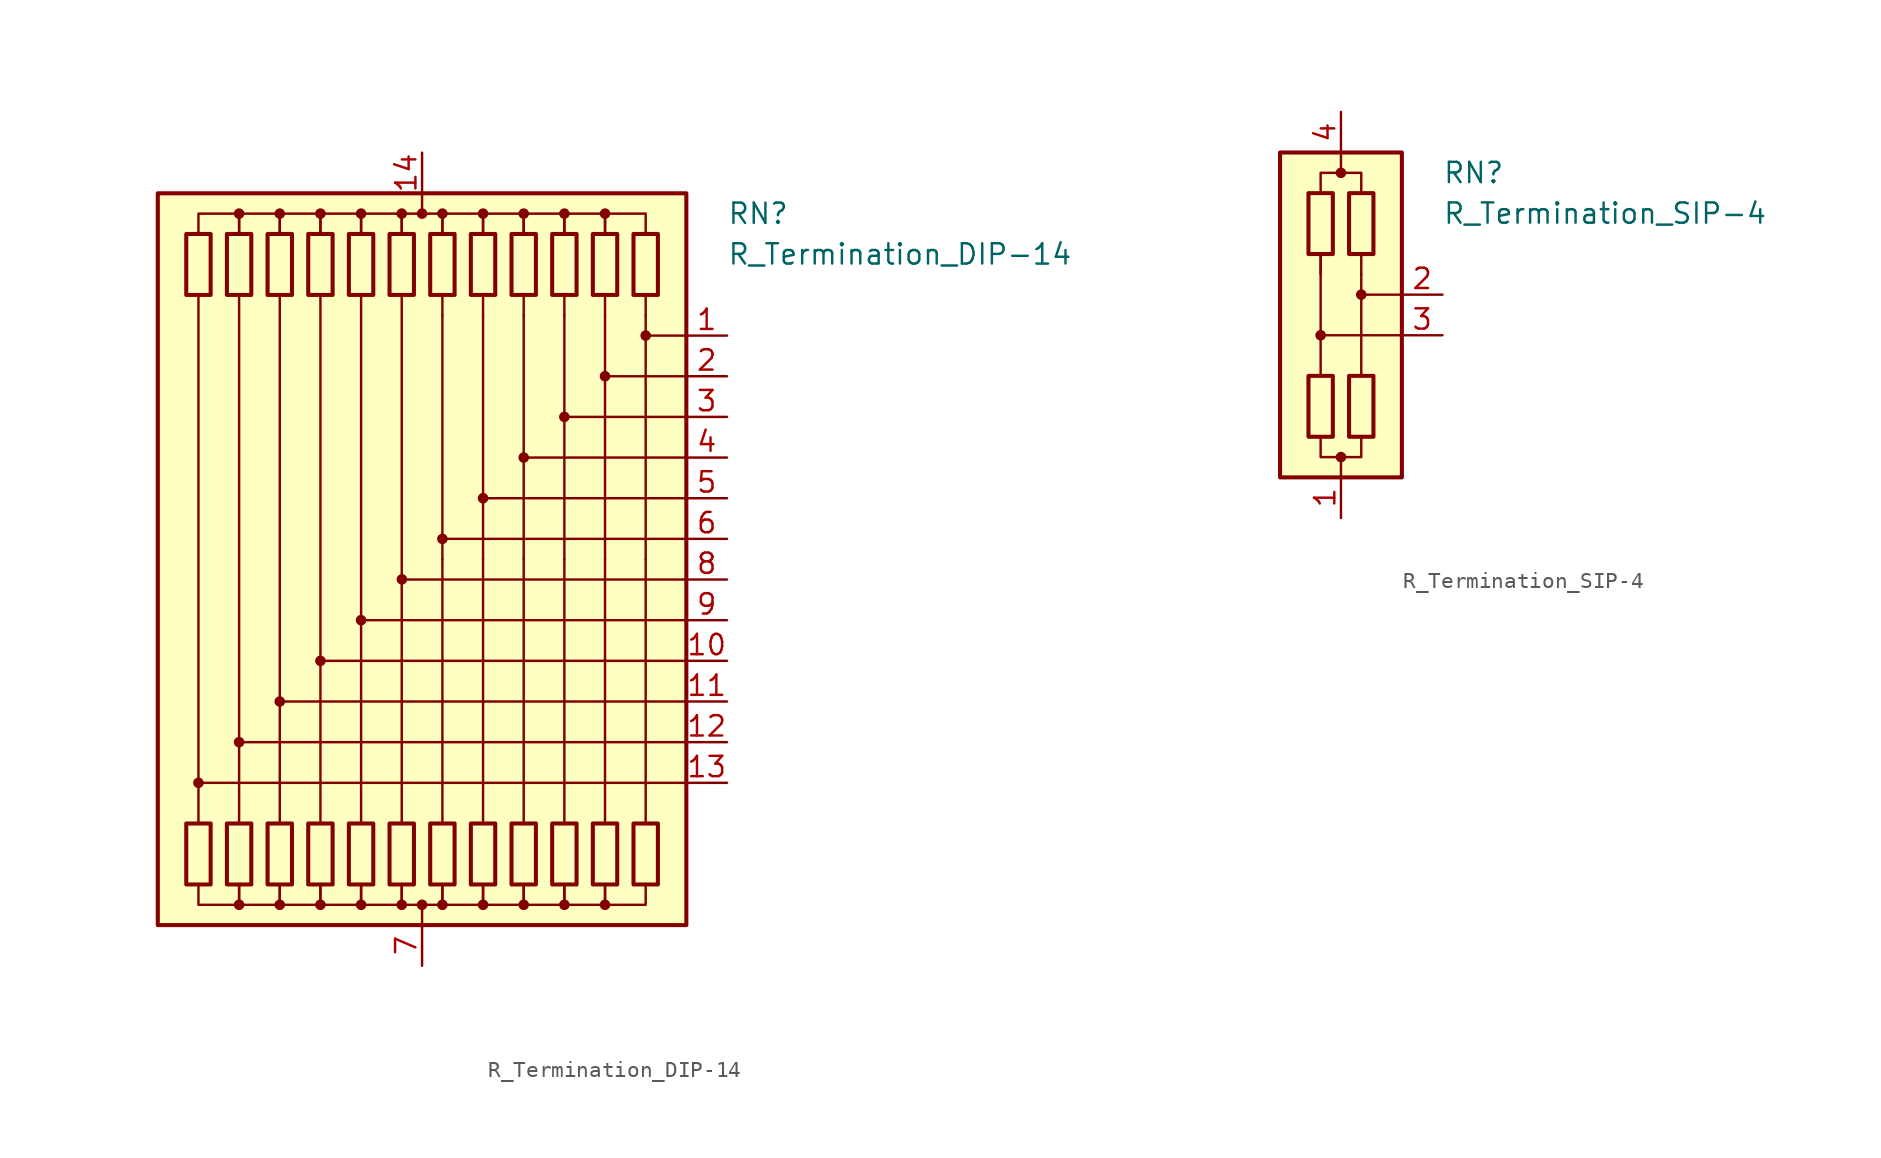
<source format=kicad_sym>
(kicad_symbol_lib
  (version 20211014)
  (generator kicad_symbol_editor)
  (symbol "R_Termination_DIP-14"
    (pin_names
      (offset 0.002) hide)
    (property "Reference" "RN"
      (at 19.05 21.59 0)
      (effects (font (size 1.27 1.27)) (justify left)))
    (property "Value" "R_Termination_DIP-14"
      (at 19.05 19.05 0)
      (effects (font (size 1.27 1.27)) (justify left)))
    (symbol "R_Termination_DIP-14_0_1"
      (rectangle (start -16.51 22.86) (end 16.51 -22.86) (stroke (width 0.254) (type default) (color 0 0 0 0)) (fill (type background)))
      (rectangle (start -14.732 20.32) (end -13.208 16.51) (stroke (width 0.254) (type default) (color 0 0 0 0)) (fill (type none)))
      (circle (center -13.97 -13.97) (radius 0.254) (stroke (width 0) (type default) (color 0 0 0 0)) (fill (type outline)))
      (rectangle (start -13.208 -20.32) (end -14.732 -16.51) (stroke (width 0.254) (type default) (color 0 0 0 0)) (fill (type none)))
      (rectangle (start -12.192 20.32) (end -10.668 16.51) (stroke (width 0.254) (type default) (color 0 0 0 0)) (fill (type none)))
      (circle (center -11.43 -21.59) (radius 0.254) (stroke (width 0) (type default) (color 0 0 0 0)) (fill (type outline)))
      (circle (center -11.43 -11.43) (radius 0.254) (stroke (width 0) (type default) (color 0 0 0 0)) (fill (type outline)))
      (circle (center -11.43 21.59) (radius 0.254) (stroke (width 0) (type default) (color 0 0 0 0)) (fill (type outline)))
      (rectangle (start -10.668 -20.32) (end -12.192 -16.51) (stroke (width 0.254) (type default) (color 0 0 0 0)) (fill (type none)))
      (rectangle (start -9.652 20.32) (end -8.128 16.51) (stroke (width 0.254) (type default) (color 0 0 0 0)) (fill (type none)))
      (circle (center -8.89 -21.59) (radius 0.254) (stroke (width 0) (type default) (color 0 0 0 0)) (fill (type outline)))
      (circle (center -8.89 -8.89) (radius 0.254) (stroke (width 0) (type default) (color 0 0 0 0)) (fill (type outline)))
      (circle (center -8.89 21.59) (radius 0.254) (stroke (width 0) (type default) (color 0 0 0 0)) (fill (type outline)))
      (rectangle (start -8.128 -20.32) (end -9.652 -16.51) (stroke (width 0.254) (type default) (color 0 0 0 0)) (fill (type none)))
      (rectangle (start -7.112 20.32) (end -5.588 16.51) (stroke (width 0.254) (type default) (color 0 0 0 0)) (fill (type none)))
      (circle (center -6.35 -21.59) (radius 0.254) (stroke (width 0) (type default) (color 0 0 0 0)) (fill (type outline)))
      (circle (center -6.35 -6.35) (radius 0.254) (stroke (width 0) (type default) (color 0 0 0 0)) (fill (type outline)))
      (circle (center -6.35 21.59) (radius 0.254) (stroke (width 0) (type default) (color 0 0 0 0)) (fill (type outline)))
      (rectangle (start -5.588 -20.32) (end -7.112 -16.51) (stroke (width 0.254) (type default) (color 0 0 0 0)) (fill (type none)))
      (rectangle (start -4.572 20.32) (end -3.048 16.51) (stroke (width 0.254) (type default) (color 0 0 0 0)) (fill (type none)))
      (circle (center -3.81 -21.59) (radius 0.254) (stroke (width 0) (type default) (color 0 0 0 0)) (fill (type outline)))
      (circle (center -3.81 -3.81) (radius 0.254) (stroke (width 0) (type default) (color 0 0 0 0)) (fill (type outline)))
      (circle (center -3.81 21.59) (radius 0.254) (stroke (width 0) (type default) (color 0 0 0 0)) (fill (type outline)))
      (rectangle (start -3.048 -20.32) (end -4.572 -16.51) (stroke (width 0.254) (type default) (color 0 0 0 0)) (fill (type none)))
      (rectangle (start -2.032 20.32) (end -0.508 16.51) (stroke (width 0.254) (type default) (color 0 0 0 0)) (fill (type none)))
      (circle (center -1.27 -21.59) (radius 0.254) (stroke (width 0) (type default) (color 0 0 0 0)) (fill (type outline)))
      (circle (center -1.27 21.59) (radius 0.254) (stroke (width 0) (type default) (color 0 0 0 0)) (fill (type outline)))
      (circle (center -1.258 -1.259) (radius 0.254) (stroke (width 0) (type default) (color 0 0 0 0)) (fill (type outline)))
      (rectangle (start -0.508 -20.32) (end -2.032 -16.51) (stroke (width 0.254) (type default) (color 0 0 0 0)) (fill (type none)))
      (circle (center 0 -21.59) (radius 0.254) (stroke (width 0) (type default) (color 0 0 0 0)) (fill (type outline)))
      (polyline (pts (xy -13.97 16.51) (xy -13.97 -16.51)) (stroke (width 0) (type default) (color 0 0 0 0)) (fill (type none)))
      (polyline (pts (xy -11.43 16.51) (xy -11.43 -16.51)) (stroke (width 0) (type default) (color 0 0 0 0)) (fill (type none)))
      (polyline (pts (xy -8.89 16.51) (xy -8.89 -16.51)) (stroke (width 0) (type default) (color 0 0 0 0)) (fill (type none)))
      (polyline (pts (xy -6.35 16.51) (xy -6.35 -16.51)) (stroke (width 0) (type default) (color 0 0 0 0)) (fill (type none)))
      (polyline (pts (xy -3.81 16.51) (xy -3.81 -16.51)) (stroke (width 0) (type default) (color 0 0 0 0)) (fill (type none)))
      (polyline (pts (xy -1.27 16.51) (xy -1.27 -16.51)) (stroke (width 0) (type default) (color 0 0 0 0)) (fill (type none)))
      (polyline (pts (xy 0 -22.86) (xy 0 -21.59)) (stroke (width 0) (type default) (color 0 0 0 0)) (fill (type none)))
      (polyline (pts (xy 0 22.86) (xy 0 21.59)) (stroke (width 0) (type default) (color 0 0 0 0)) (fill (type none)))
      (polyline (pts (xy 1.27 -16.51) (xy 1.27 0)) (stroke (width 0) (type default) (color 0 0 0 0)) (fill (type none)))
      (polyline (pts (xy 1.27 15.24) (xy 1.27 0)) (stroke (width 0.152) (type default) (color 0 0 0 0)) (fill (type none)))
      (polyline (pts (xy 1.27 16.51) (xy 1.27 15.24)) (stroke (width 0) (type default) (color 0 0 0 0)) (fill (type none)))
      (polyline (pts (xy 3.81 -16.51) (xy 3.81 0)) (stroke (width 0) (type default) (color 0 0 0 0)) (fill (type none)))
      (polyline (pts (xy 3.81 15.24) (xy 3.81 0)) (stroke (width 0.152) (type default) (color 0 0 0 0)) (fill (type none)))
      (polyline (pts (xy 3.81 16.51) (xy 3.81 15.24)) (stroke (width 0) (type default) (color 0 0 0 0)) (fill (type none)))
      (polyline (pts (xy 6.35 -16.51) (xy 6.35 0)) (stroke (width 0) (type default) (color 0 0 0 0)) (fill (type none)))
      (polyline (pts (xy 6.35 15.24) (xy 6.35 0)) (stroke (width 0.152) (type default) (color 0 0 0 0)) (fill (type none)))
      (polyline (pts (xy 6.35 16.51) (xy 6.35 15.24)) (stroke (width 0) (type default) (color 0 0 0 0)) (fill (type none)))
      (polyline (pts (xy 8.89 -16.51) (xy 8.89 0)) (stroke (width 0) (type default) (color 0 0 0 0)) (fill (type none)))
      (polyline (pts (xy 8.89 15.24) (xy 8.89 0)) (stroke (width 0.152) (type default) (color 0 0 0 0)) (fill (type none)))
      (polyline (pts (xy 8.89 16.51) (xy 8.89 15.24)) (stroke (width 0) (type default) (color 0 0 0 0)) (fill (type none)))
      (polyline (pts (xy 11.43 -16.51) (xy 11.43 0)) (stroke (width 0) (type default) (color 0 0 0 0)) (fill (type none)))
      (polyline (pts (xy 11.43 15.24) (xy 11.43 0)) (stroke (width 0.152) (type default) (color 0 0 0 0)) (fill (type none)))
      (polyline (pts (xy 11.43 16.51) (xy 11.43 15.24)) (stroke (width 0) (type default) (color 0 0 0 0)) (fill (type none)))
      (polyline (pts (xy 13.97 -16.51) (xy 13.97 0)) (stroke (width 0) (type default) (color 0 0 0 0)) (fill (type none)))
      (polyline (pts (xy 13.97 15.24) (xy 13.97 0)) (stroke (width 0.152) (type default) (color 0 0 0 0)) (fill (type none)))
      (polyline (pts (xy 13.97 16.51) (xy 13.97 15.24)) (stroke (width 0) (type default) (color 0 0 0 0)) (fill (type none)))
      (polyline (pts (xy 16.51 -13.97) (xy -13.97 -13.97)) (stroke (width 0.152) (type default) (color 0 0 0 0)) (fill (type none)))
      (polyline (pts (xy 16.51 -11.43) (xy -11.43 -11.43)) (stroke (width 0.152) (type default) (color 0 0 0 0)) (fill (type none)))
      (polyline (pts (xy 16.51 -8.89) (xy -8.89 -8.89)) (stroke (width 0.152) (type default) (color 0 0 0 0)) (fill (type none)))
      (polyline (pts (xy 16.51 -6.35) (xy -6.35 -6.35)) (stroke (width 0.152) (type default) (color 0 0 0 0)) (fill (type none)))
      (polyline (pts (xy 16.51 -3.81) (xy -3.81 -3.81)) (stroke (width 0.152) (type default) (color 0 0 0 0)) (fill (type none)))
      (polyline (pts (xy 16.51 -1.27) (xy -1.27 -1.27)) (stroke (width 0.152) (type default) (color 0 0 0 0)) (fill (type none)))
      (polyline (pts (xy 16.51 1.27) (xy 1.27 1.27)) (stroke (width 0.152) (type default) (color 0 0 0 0)) (fill (type none)))
      (polyline (pts (xy 16.51 3.81) (xy 3.81 3.81)) (stroke (width 0.152) (type default) (color 0 0 0 0)) (fill (type none)))
      (polyline (pts (xy 16.51 6.35) (xy 6.35 6.35)) (stroke (width 0.152) (type default) (color 0 0 0 0)) (fill (type none)))
      (polyline (pts (xy 16.51 8.89) (xy 8.89 8.89)) (stroke (width 0.152) (type default) (color 0 0 0 0)) (fill (type none)))
      (polyline (pts (xy 16.51 11.43) (xy 11.43 11.43)) (stroke (width 0.152) (type default) (color 0 0 0 0)) (fill (type none)))
      (polyline (pts (xy 16.51 13.97) (xy 13.97 13.97)) (stroke (width 0.152) (type default) (color 0 0 0 0)) (fill (type none)))
      (polyline (pts (xy -13.97 20.32) (xy -13.97 21.59) (xy -11.43 21.59) (xy -11.43 20.32)) (stroke (width 0) (type default) (color 0 0 0 0)) (fill (type none)))
      (polyline (pts (xy -11.43 -20.32) (xy -11.43 -21.59) (xy -13.97 -21.59) (xy -13.97 -20.32)) (stroke (width 0) (type default) (color 0 0 0 0)) (fill (type none)))
      (polyline (pts (xy -11.43 20.32) (xy -11.43 21.59) (xy -8.89 21.59) (xy -8.89 20.32)) (stroke (width 0) (type default) (color 0 0 0 0)) (fill (type none)))
      (polyline (pts (xy -8.89 -20.32) (xy -8.89 -21.59) (xy -11.43 -21.59) (xy -11.43 -20.32)) (stroke (width 0) (type default) (color 0 0 0 0)) (fill (type none)))
      (polyline (pts (xy -8.89 20.32) (xy -8.89 21.59) (xy -6.35 21.59) (xy -6.35 20.32)) (stroke (width 0) (type default) (color 0 0 0 0)) (fill (type none)))
      (polyline (pts (xy -6.35 -20.32) (xy -6.35 -21.59) (xy -8.89 -21.59) (xy -8.89 -20.32)) (stroke (width 0) (type default) (color 0 0 0 0)) (fill (type none)))
      (polyline (pts (xy -6.35 20.32) (xy -6.35 21.59) (xy -3.81 21.59) (xy -3.81 20.32)) (stroke (width 0) (type default) (color 0 0 0 0)) (fill (type none)))
      (polyline (pts (xy -3.81 -20.32) (xy -3.81 -21.59) (xy -6.35 -21.59) (xy -6.35 -20.32)) (stroke (width 0) (type default) (color 0 0 0 0)) (fill (type none)))
      (polyline (pts (xy -3.81 20.32) (xy -3.81 21.59) (xy -1.27 21.59) (xy -1.27 20.32)) (stroke (width 0) (type default) (color 0 0 0 0)) (fill (type none)))
      (polyline (pts (xy -1.27 -20.32) (xy -1.27 -21.59) (xy -3.81 -21.59) (xy -3.81 -20.32)) (stroke (width 0) (type default) (color 0 0 0 0)) (fill (type none)))
      (polyline (pts (xy -1.27 20.32) (xy -1.27 21.59) (xy 1.27 21.59) (xy 1.27 20.32)) (stroke (width 0) (type default) (color 0 0 0 0)) (fill (type none)))
      (polyline (pts (xy 1.27 -20.32) (xy 1.27 -21.59) (xy -1.27 -21.59) (xy -1.27 -20.32)) (stroke (width 0) (type default) (color 0 0 0 0)) (fill (type none)))
      (polyline (pts (xy 1.27 20.32) (xy 1.27 21.59) (xy 3.81 21.59) (xy 3.81 20.32)) (stroke (width 0) (type default) (color 0 0 0 0)) (fill (type none)))
      (polyline (pts (xy 3.81 -20.32) (xy 3.81 -21.59) (xy 1.27 -21.59) (xy 1.27 -20.32)) (stroke (width 0) (type default) (color 0 0 0 0)) (fill (type none)))
      (polyline (pts (xy 3.81 20.32) (xy 3.81 21.59) (xy 6.35 21.59) (xy 6.35 20.32)) (stroke (width 0) (type default) (color 0 0 0 0)) (fill (type none)))
      (polyline (pts (xy 6.35 -20.32) (xy 6.35 -21.59) (xy 3.81 -21.59) (xy 3.81 -20.32)) (stroke (width 0) (type default) (color 0 0 0 0)) (fill (type none)))
      (polyline (pts (xy 6.35 20.32) (xy 6.35 21.59) (xy 8.89 21.59) (xy 8.89 20.32)) (stroke (width 0) (type default) (color 0 0 0 0)) (fill (type none)))
      (polyline (pts (xy 8.89 -20.32) (xy 8.89 -21.59) (xy 6.35 -21.59) (xy 6.35 -20.32)) (stroke (width 0) (type default) (color 0 0 0 0)) (fill (type none)))
      (polyline (pts (xy 8.89 20.32) (xy 8.89 21.59) (xy 11.43 21.59) (xy 11.43 20.32)) (stroke (width 0) (type default) (color 0 0 0 0)) (fill (type none)))
      (polyline (pts (xy 11.43 -20.32) (xy 11.43 -21.59) (xy 8.89 -21.59) (xy 8.89 -20.32)) (stroke (width 0) (type default) (color 0 0 0 0)) (fill (type none)))
      (polyline (pts (xy 11.43 20.32) (xy 11.43 21.59) (xy 13.97 21.59) (xy 13.97 20.32)) (stroke (width 0) (type default) (color 0 0 0 0)) (fill (type none)))
      (polyline (pts (xy 13.97 -20.32) (xy 13.97 -21.59) (xy 11.43 -21.59) (xy 11.43 -20.32)) (stroke (width 0) (type default) (color 0 0 0 0)) (fill (type none)))
      (circle (center 0 21.59) (radius 0.254) (stroke (width 0) (type default) (color 0 0 0 0)) (fill (type outline)))
      (rectangle (start 0.508 20.32) (end 2.032 16.51) (stroke (width 0.254) (type default) (color 0 0 0 0)) (fill (type none)))
      (circle (center 1.27 -21.59) (radius 0.254) (stroke (width 0) (type default) (color 0 0 0 0)) (fill (type outline)))
      (circle (center 1.27 1.27) (radius 0.254) (stroke (width 0) (type default) (color 0 0 0 0)) (fill (type outline)))
      (circle (center 1.27 21.59) (radius 0.254) (stroke (width 0) (type default) (color 0 0 0 0)) (fill (type outline)))
      (rectangle (start 2.032 -20.32) (end 0.508 -16.51) (stroke (width 0.254) (type default) (color 0 0 0 0)) (fill (type none)))
      (rectangle (start 3.048 20.32) (end 4.572 16.51) (stroke (width 0.254) (type default) (color 0 0 0 0)) (fill (type none)))
      (circle (center 3.81 -21.59) (radius 0.254) (stroke (width 0) (type default) (color 0 0 0 0)) (fill (type outline)))
      (circle (center 3.81 3.81) (radius 0.254) (stroke (width 0) (type default) (color 0 0 0 0)) (fill (type outline)))
      (circle (center 3.81 21.59) (radius 0.254) (stroke (width 0) (type default) (color 0 0 0 0)) (fill (type outline)))
      (rectangle (start 4.572 -20.32) (end 3.048 -16.51) (stroke (width 0.254) (type default) (color 0 0 0 0)) (fill (type none)))
      (rectangle (start 5.588 20.32) (end 7.112 16.51) (stroke (width 0.254) (type default) (color 0 0 0 0)) (fill (type none)))
      (circle (center 6.35 -21.59) (radius 0.254) (stroke (width 0) (type default) (color 0 0 0 0)) (fill (type outline)))
      (circle (center 6.35 6.35) (radius 0.254) (stroke (width 0) (type default) (color 0 0 0 0)) (fill (type outline)))
      (circle (center 6.35 21.59) (radius 0.254) (stroke (width 0) (type default) (color 0 0 0 0)) (fill (type outline)))
      (rectangle (start 7.112 -20.32) (end 5.588 -16.51) (stroke (width 0.254) (type default) (color 0 0 0 0)) (fill (type none)))
      (rectangle (start 8.128 20.32) (end 9.652 16.51) (stroke (width 0.254) (type default) (color 0 0 0 0)) (fill (type none)))
      (circle (center 8.89 -21.59) (radius 0.254) (stroke (width 0) (type default) (color 0 0 0 0)) (fill (type outline)))
      (circle (center 8.89 8.89) (radius 0.254) (stroke (width 0) (type default) (color 0 0 0 0)) (fill (type outline)))
      (circle (center 8.89 21.59) (radius 0.254) (stroke (width 0) (type default) (color 0 0 0 0)) (fill (type outline)))
      (rectangle (start 9.652 -20.32) (end 8.128 -16.51) (stroke (width 0.254) (type default) (color 0 0 0 0)) (fill (type none)))
      (rectangle (start 10.668 20.32) (end 12.192 16.51) (stroke (width 0.254) (type default) (color 0 0 0 0)) (fill (type none)))
      (circle (center 11.43 -21.59) (radius 0.254) (stroke (width 0) (type default) (color 0 0 0 0)) (fill (type outline)))
      (circle (center 11.43 11.43) (radius 0.254) (stroke (width 0) (type default) (color 0 0 0 0)) (fill (type outline)))
      (circle (center 11.43 21.59) (radius 0.254) (stroke (width 0) (type default) (color 0 0 0 0)) (fill (type outline)))
      (rectangle (start 12.192 -20.32) (end 10.668 -16.51) (stroke (width 0.254) (type default) (color 0 0 0 0)) (fill (type none)))
      (rectangle (start 13.208 20.32) (end 14.732 16.51) (stroke (width 0.254) (type default) (color 0 0 0 0)) (fill (type none)))
      (circle (center 13.97 13.97) (radius 0.254) (stroke (width 0) (type default) (color 0 0 0 0)) (fill (type outline)))
      (rectangle (start 14.732 -20.32) (end 13.208 -16.51) (stroke (width 0.254) (type default) (color 0 0 0 0)) (fill (type none))))
    (symbol "R_Termination_DIP-14_1_1"
      (pin passive line (at 19.05 13.97 180) (length 2.54) (name "R1" (effects (font (size 1.27 1.27)))) (number "1" (effects (font (size 1.27 1.27)))))
      (pin passive line (at 19.05 -6.35 180) (length 2.54) (name "R10" (effects (font (size 1.27 1.27)))) (number "10" (effects (font (size 1.27 1.27)))))
      (pin passive line (at 19.05 -8.89 180) (length 2.54) (name "R11" (effects (font (size 1.27 1.27)))) (number "11" (effects (font (size 1.27 1.27)))))
      (pin passive line (at 19.05 -11.43 180) (length 2.54) (name "R12" (effects (font (size 1.27 1.27)))) (number "12" (effects (font (size 1.27 1.27)))))
      (pin passive line (at 19.05 -13.97 180) (length 2.54) (name "R13" (effects (font (size 1.27 1.27)))) (number "13" (effects (font (size 1.27 1.27)))))
      (pin passive line (at 0 25.4 270) (length 2.54) (name "common" (effects (font (size 1.27 1.27)))) (number "14" (effects (font (size 1.27 1.27)))))
      (pin passive line (at 19.05 11.43 180) (length 2.54) (name "R2" (effects (font (size 1.27 1.27)))) (number "2" (effects (font (size 1.27 1.27)))))
      (pin passive line (at 19.05 8.89 180) (length 2.54) (name "R3" (effects (font (size 1.27 1.27)))) (number "3" (effects (font (size 1.27 1.27)))))
      (pin passive line (at 19.05 6.35 180) (length 2.54) (name "R4" (effects (font (size 1.27 1.27)))) (number "4" (effects (font (size 1.27 1.27)))))
      (pin passive line (at 19.05 3.81 180) (length 2.54) (name "R5" (effects (font (size 1.27 1.27)))) (number "5" (effects (font (size 1.27 1.27)))))
      (pin passive line (at 19.05 1.27 180) (length 2.54) (name "R6" (effects (font (size 1.27 1.27)))) (number "6" (effects (font (size 1.27 1.27)))))
      (pin passive line (at 0 -25.4 90) (length 2.54) (name "common" (effects (font (size 1.27 1.27)))) (number "7" (effects (font (size 1.27 1.27)))))
      (pin passive line (at 19.05 -1.27 180) (length 2.54) (name "R8" (effects (font (size 1.27 1.27)))) (number "8" (effects (font (size 1.27 1.27)))))
      (pin passive line (at 19.05 -3.81 180) (length 2.54) (name "R9" (effects (font (size 1.27 1.27)))) (number "9" (effects (font (size 1.27 1.27)))))))
  (symbol "R_Termination_SIP-4"
    (pin_names
      (offset 0.002) hide)
    (property "Reference" "RN"
      (at 6.35 8.89 0)
      (effects (font (size 1.27 1.27)) (justify left)))
    (property "Value" "R_Termination_SIP-4"
      (at 6.35 6.35 0)
      (effects (font (size 1.27 1.27)) (justify left)))
    (symbol "R_Termination_SIP-4_0_1"
      (rectangle (start -3.81 10.16) (end 3.81 -10.16) (stroke (width 0.254) (type default) (color 0 0 0 0)) (fill (type background)))
      (rectangle (start -2.032 7.62) (end -0.508 3.81) (stroke (width 0.254) (type default) (color 0 0 0 0)) (fill (type none)))
      (circle (center -1.27 -1.27) (radius 0.254) (stroke (width 0) (type default) (color 0 0 0 0)) (fill (type outline)))
      (rectangle (start -0.508 -7.62) (end -2.032 -3.81) (stroke (width 0.254) (type default) (color 0 0 0 0)) (fill (type none)))
      (circle (center 0 -8.89) (radius 0.254) (stroke (width 0) (type default) (color 0 0 0 0)) (fill (type outline)))
      (polyline (pts (xy -1.27 3.81) (xy -1.27 -3.81)) (stroke (width 0.152) (type default) (color 0 0 0 0)) (fill (type none)))
      (polyline (pts (xy -1.27 3.81) (xy -1.27 2.54)) (stroke (width 0) (type default) (color 0 0 0 0)) (fill (type none)))
      (polyline (pts (xy 0 -10.16) (xy 0 -8.89)) (stroke (width 0) (type default) (color 0 0 0 0)) (fill (type none)))
      (polyline (pts (xy 0 10.16) (xy 0 8.89)) (stroke (width 0) (type default) (color 0 0 0 0)) (fill (type none)))
      (polyline (pts (xy 1.27 2.54) (xy 1.27 -3.81)) (stroke (width 0.152) (type default) (color 0 0 0 0)) (fill (type none)))
      (polyline (pts (xy 1.27 3.81) (xy 1.27 2.54)) (stroke (width 0) (type default) (color 0 0 0 0)) (fill (type none)))
      (polyline (pts (xy 3.81 -1.27) (xy -1.27 -1.27)) (stroke (width 0.152) (type default) (color 0 0 0 0)) (fill (type none)))
      (polyline (pts (xy 3.81 1.27) (xy 1.27 1.27)) (stroke (width 0.152) (type default) (color 0 0 0 0)) (fill (type none)))
      (polyline (pts (xy -1.27 7.62) (xy -1.27 8.89) (xy 1.27 8.89) (xy 1.27 7.62)) (stroke (width 0) (type default) (color 0 0 0 0)) (fill (type none)))
      (polyline (pts (xy 1.27 -7.62) (xy 1.27 -8.89) (xy -1.27 -8.89) (xy -1.27 -7.62)) (stroke (width 0) (type default) (color 0 0 0 0)) (fill (type none)))
      (circle (center 0 8.89) (radius 0.254) (stroke (width 0) (type default) (color 0 0 0 0)) (fill (type outline)))
      (rectangle (start 0.508 7.62) (end 2.032 3.81) (stroke (width 0.254) (type default) (color 0 0 0 0)) (fill (type none)))
      (circle (center 1.27 1.27) (radius 0.254) (stroke (width 0) (type default) (color 0 0 0 0)) (fill (type outline)))
      (rectangle (start 2.032 -7.62) (end 0.508 -3.81) (stroke (width 0.254) (type default) (color 0 0 0 0)) (fill (type none))))
    (symbol "R_Termination_SIP-4_1_1"
      (pin passive line (at 0 -12.7 90) (length 2.54) (name "common" (effects (font (size 1.27 1.27)))) (number "1" (effects (font (size 1.27 1.27)))))
      (pin passive line (at 6.35 1.27 180) (length 2.54) (name "R2" (effects (font (size 1.27 1.27)))) (number "2" (effects (font (size 1.27 1.27)))))
      (pin passive line (at 6.35 -1.27 180) (length 2.54) (name "R3" (effects (font (size 1.27 1.27)))) (number "3" (effects (font (size 1.27 1.27)))))
      (pin passive line (at 0 12.7 270) (length 2.54) (name "common" (effects (font (size 1.27 1.27)))) (number "4" (effects (font (size 1.27 1.27))))))))
</source>
